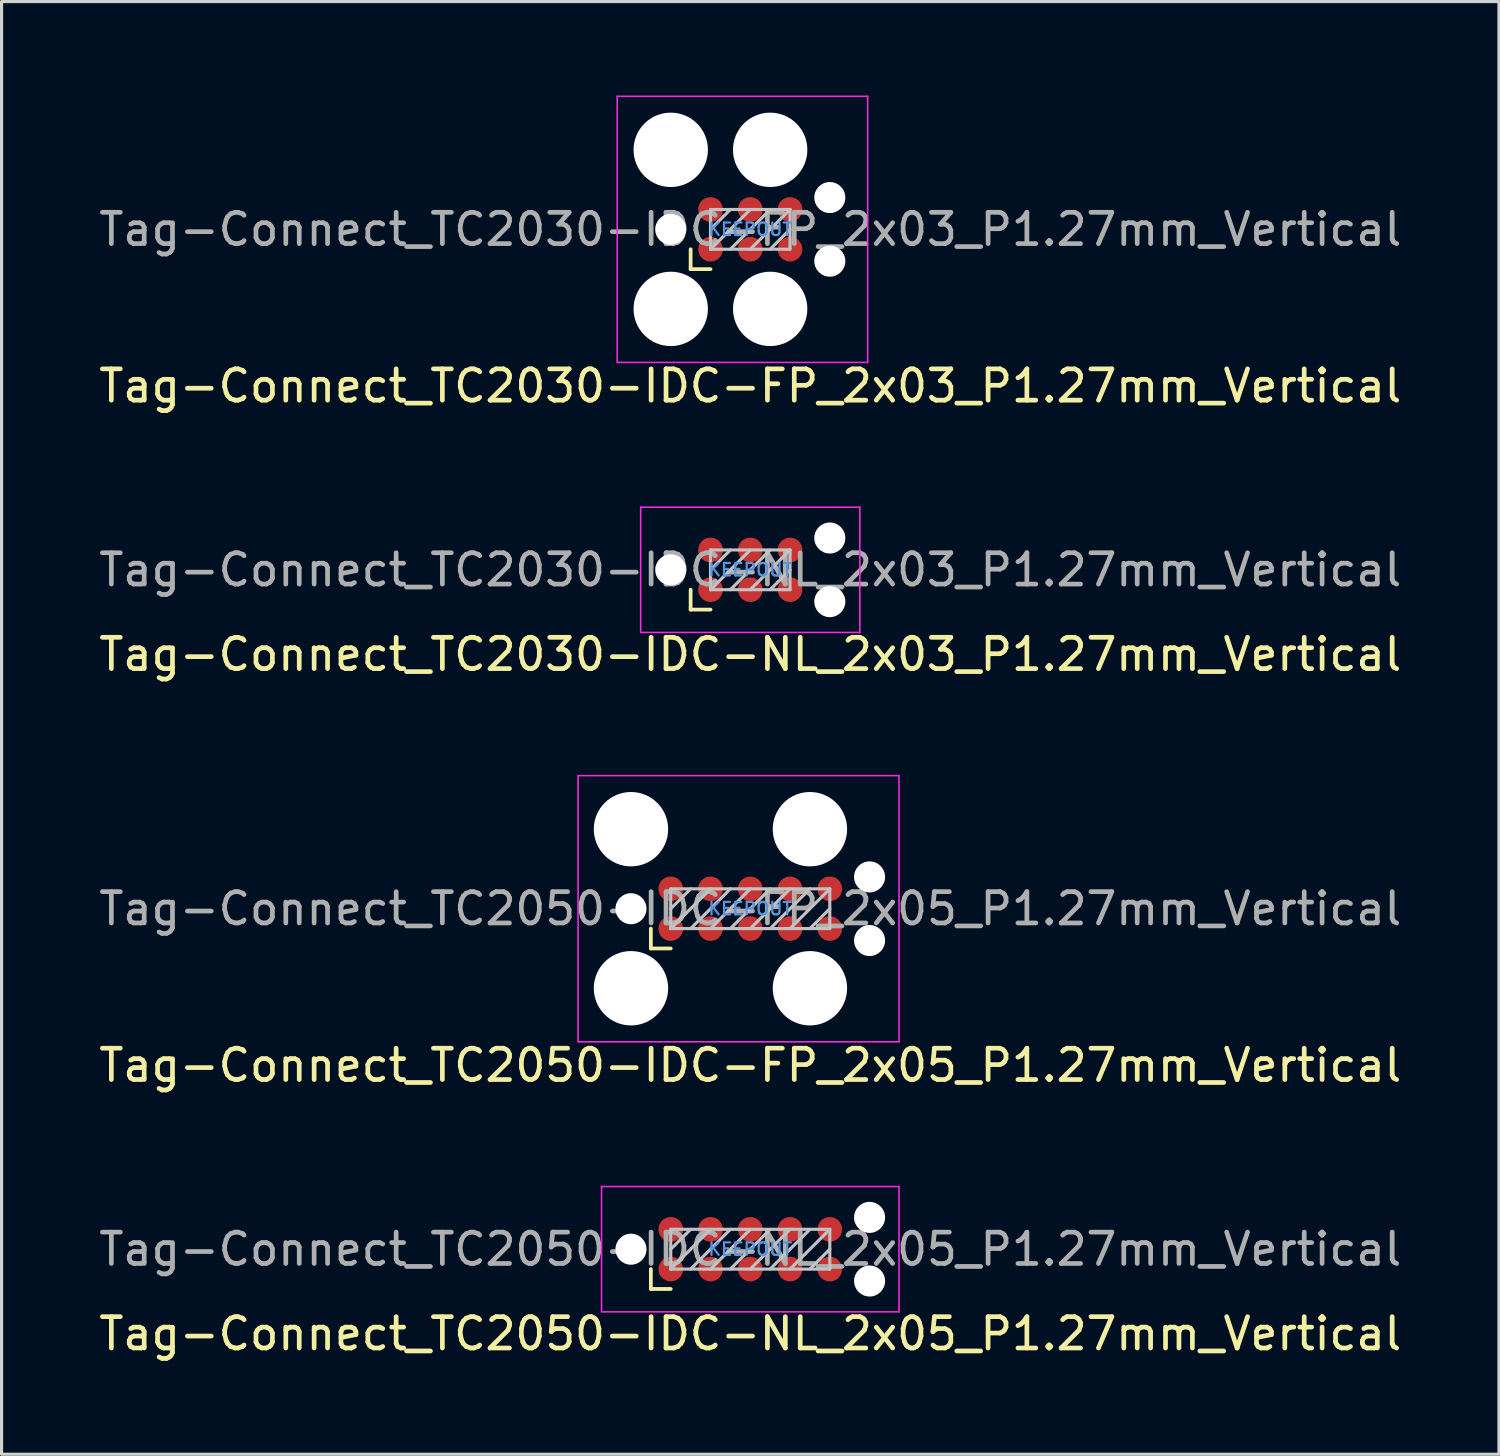
<source format=kicad_pcb>
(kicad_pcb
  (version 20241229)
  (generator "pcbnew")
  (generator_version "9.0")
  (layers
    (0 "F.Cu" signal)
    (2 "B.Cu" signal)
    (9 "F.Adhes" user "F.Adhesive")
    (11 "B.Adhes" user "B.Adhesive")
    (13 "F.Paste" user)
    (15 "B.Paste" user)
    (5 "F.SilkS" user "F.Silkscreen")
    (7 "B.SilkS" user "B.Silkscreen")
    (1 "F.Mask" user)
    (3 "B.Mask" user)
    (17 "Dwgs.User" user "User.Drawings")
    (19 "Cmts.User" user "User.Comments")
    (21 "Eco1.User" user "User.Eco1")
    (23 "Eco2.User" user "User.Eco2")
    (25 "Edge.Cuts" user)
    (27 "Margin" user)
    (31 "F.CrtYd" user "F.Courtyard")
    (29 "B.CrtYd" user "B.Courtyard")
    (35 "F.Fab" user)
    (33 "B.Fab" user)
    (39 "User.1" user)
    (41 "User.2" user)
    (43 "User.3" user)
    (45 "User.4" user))
  (footprint "Tag-Connect_TC2030-IDC-FP_2x03_P1.27mm_Vertical"
    (layer "F.Cu")
    (at 20.911 4.275)
    (property "Reference" "Tag-Connect_TC2030-IDC-FP_2x03_P1.27mm_Vertical" (at 0 5 0) (layer "F.SilkS") (effects (font (size 1 1) (thickness 0.15))))
    (attr exclude_from_pos_files exclude_from_bom)
    (fp_line (start -1.905 1.27) (end -1.905 0.635) (stroke (width 0.12) (type solid)) (layer "F.SilkS"))
    (fp_line (start -1.27 1.27) (end -1.905 1.27) (stroke (width 0.12) (type solid)) (layer "F.SilkS"))
    (fp_line (start -1.27 -0.635) (end 1.27 -0.635) (stroke (width 0.1) (type solid)) (layer "Dwgs.User"))
    (fp_line (start -1.27 0) (end -0.635 -0.635) (stroke (width 0.1) (type solid)) (layer "Dwgs.User"))
    (fp_line (start -1.27 0.635) (end -1.27 -0.635) (stroke (width 0.1) (type solid)) (layer "Dwgs.User"))
    (fp_line (start -1.27 0.635) (end 0 -0.635) (stroke (width 0.1) (type solid)) (layer "Dwgs.User"))
    (fp_line (start -0.635 0.635) (end 0.635 -0.635) (stroke (width 0.1) (type solid)) (layer "Dwgs.User"))
    (fp_line (start 0 0.635) (end 1.27 -0.635) (stroke (width 0.1) (type solid)) (layer "Dwgs.User"))
    (fp_line (start 0.635 0.635) (end 1.27 0) (stroke (width 0.1) (type solid)) (layer "Dwgs.User"))
    (fp_line (start 1.27 -0.635) (end 1.27 0.635) (stroke (width 0.1) (type solid)) (layer "Dwgs.User"))
    (fp_line (start 1.27 0.635) (end -1.27 0.635) (stroke (width 0.1) (type solid)) (layer "Dwgs.User"))
    (fp_line (start -4.25 -4.25) (end 3.75 -4.25) (stroke (width 0.05) (type solid)) (layer "F.CrtYd"))
    (fp_line (start -4.25 4.25) (end -4.25 -4.25) (stroke (width 0.05) (type solid)) (layer "F.CrtYd"))
    (fp_line (start 3.75 -4.25) (end 3.75 4.25) (stroke (width 0.05) (type solid)) (layer "F.CrtYd"))
    (fp_line (start 3.75 4.25) (end -4.25 4.25) (stroke (width 0.05) (type solid)) (layer "F.CrtYd"))
    (fp_text user "KEEPOUT" (at 0 0 0) (layer "Cmts.User") (effects (font (size 0.4 0.4) (thickness 0.07))))
    (fp_text user "${REFERENCE}" (at 0 0 0) (layer "F.Fab") (effects (font (size 1 1) (thickness 0.15))))
    (pad "" np_thru_hole circle (at -2.54 -2.54) (size 2.375 2.375) (drill 2.375) (layers "*.Cu" "*.Mask"))
    (pad "" np_thru_hole circle (at -2.54 0) (size 0.991 0.991) (drill 0.991) (layers "*.Cu" "*.Mask"))
    (pad "" np_thru_hole circle (at -2.54 2.54) (size 2.375 2.375) (drill 2.375) (layers "*.Cu" "*.Mask"))
    (pad "" np_thru_hole circle (at 0.635 -2.54) (size 2.375 2.375) (drill 2.375) (layers "*.Cu" "*.Mask"))
    (pad "" np_thru_hole circle (at 0.635 2.54) (size 2.375 2.375) (drill 2.375) (layers "*.Cu" "*.Mask"))
    (pad "" np_thru_hole circle (at 2.54 -1.016) (size 0.991 0.991) (drill 0.991) (layers "*.Cu" "*.Mask"))
    (pad "" np_thru_hole circle (at 2.54 1.016) (size 0.991 0.991) (drill 0.991) (layers "*.Cu" "*.Mask"))
    (pad "1" connect circle (at -1.27 0.635) (size 0.787 0.787) (layers "F.Cu" "F.Mask"))
    (pad "2" connect circle (at -1.27 -0.635) (size 0.787 0.787) (layers "F.Cu" "F.Mask"))
    (pad "3" connect circle (at 0 0.635) (size 0.787 0.787) (layers "F.Cu" "F.Mask"))
    (pad "4" connect circle (at 0 -0.635) (size 0.787 0.787) (layers "F.Cu" "F.Mask"))
    (pad "5" connect circle (at 1.27 0.635) (size 0.787 0.787) (layers "F.Cu" "F.Mask"))
    (pad "6" connect circle (at 1.27 -0.635) (size 0.787 0.787) (layers "F.Cu" "F.Mask")))
  (footprint "Tag-Connect_TC2050-IDC-NL_2x05_P1.27mm_Vertical"
    (layer "F.Cu")
    (at 20.911 36.845)
    (property "Reference" "Tag-Connect_TC2050-IDC-NL_2x05_P1.27mm_Vertical" (at 0 2.7 0) (layer "F.SilkS") (effects (font (size 1 1) (thickness 0.15))))
    (attr exclude_from_pos_files exclude_from_bom)
    (fp_line (start -3.175 1.27) (end -3.175 0.635) (stroke (width 0.12) (type solid)) (layer "F.SilkS"))
    (fp_line (start -2.54 1.27) (end -3.175 1.27) (stroke (width 0.12) (type solid)) (layer "F.SilkS"))
    (fp_line (start -2.54 -0.635) (end 2.54 -0.635) (stroke (width 0.1) (type solid)) (layer "Dwgs.User"))
    (fp_line (start -2.54 0) (end -1.905 -0.635) (stroke (width 0.1) (type solid)) (layer "Dwgs.User"))
    (fp_line (start -2.54 0.635) (end -2.54 -0.635) (stroke (width 0.1) (type solid)) (layer "Dwgs.User"))
    (fp_line (start -2.54 0.635) (end -1.27 -0.635) (stroke (width 0.1) (type solid)) (layer "Dwgs.User"))
    (fp_line (start -1.905 0.635) (end -0.635 -0.635) (stroke (width 0.1) (type solid)) (layer "Dwgs.User"))
    (fp_line (start -1.27 0.635) (end 0 -0.635) (stroke (width 0.1) (type solid)) (layer "Dwgs.User"))
    (fp_line (start -0.635 0.635) (end 0.635 -0.635) (stroke (width 0.1) (type solid)) (layer "Dwgs.User"))
    (fp_line (start 0 0.635) (end 1.27 -0.635) (stroke (width 0.1) (type solid)) (layer "Dwgs.User"))
    (fp_line (start 0.635 0.635) (end 1.905 -0.635) (stroke (width 0.1) (type solid)) (layer "Dwgs.User"))
    (fp_line (start 1.27 0.635) (end 2.54 -0.635) (stroke (width 0.1) (type solid)) (layer "Dwgs.User"))
    (fp_line (start 1.905 0.635) (end 2.54 0) (stroke (width 0.1) (type solid)) (layer "Dwgs.User"))
    (fp_line (start 2.54 -0.635) (end 2.54 0.635) (stroke (width 0.1) (type solid)) (layer "Dwgs.User"))
    (fp_line (start 2.54 0.635) (end -2.54 0.635) (stroke (width 0.1) (type solid)) (layer "Dwgs.User"))
    (fp_line (start -4.75 -2) (end 4.75 -2) (stroke (width 0.05) (type solid)) (layer "F.CrtYd"))
    (fp_line (start -4.75 2) (end -4.75 -2) (stroke (width 0.05) (type solid)) (layer "F.CrtYd"))
    (fp_line (start 4.75 -2) (end 4.75 2) (stroke (width 0.05) (type solid)) (layer "F.CrtYd"))
    (fp_line (start 4.75 2) (end -4.75 2) (stroke (width 0.05) (type solid)) (layer "F.CrtYd"))
    (fp_text user "KEEPOUT" (at 0 0 0) (layer "Cmts.User") (effects (font (size 0.4 0.4) (thickness 0.07))))
    (fp_text user "${REFERENCE}" (at 0 0 0) (layer "F.Fab") (effects (font (size 1 1) (thickness 0.15))))
    (pad "" np_thru_hole circle (at -3.81 0) (size 0.991 0.991) (drill 0.991) (layers "*.Cu" "*.Mask"))
    (pad "" np_thru_hole circle (at 3.81 -1.016) (size 0.991 0.991) (drill 0.991) (layers "*.Cu" "*.Mask"))
    (pad "" np_thru_hole circle (at 3.81 1.016) (size 0.991 0.991) (drill 0.991) (layers "*.Cu" "*.Mask"))
    (pad "1" connect circle (at -2.54 0.635) (size 0.787 0.787) (layers "F.Cu" "F.Mask"))
    (pad "2" connect circle (at -1.27 0.635) (size 0.787 0.787) (layers "F.Cu" "F.Mask"))
    (pad "3" connect circle (at 0 0.635) (size 0.787 0.787) (layers "F.Cu" "F.Mask"))
    (pad "4" connect circle (at 1.27 0.635) (size 0.787 0.787) (layers "F.Cu" "F.Mask"))
    (pad "5" connect circle (at 2.54 0.635) (size 0.787 0.787) (layers "F.Cu" "F.Mask"))
    (pad "6" connect circle (at 2.54 -0.635) (size 0.787 0.787) (layers "F.Cu" "F.Mask"))
    (pad "7" connect circle (at 1.27 -0.635) (size 0.787 0.787) (layers "F.Cu" "F.Mask"))
    (pad "8" connect circle (at 0 -0.635) (size 0.787 0.787) (layers "F.Cu" "F.Mask"))
    (pad "9" connect circle (at -1.27 -0.635) (size 0.787 0.787) (layers "F.Cu" "F.Mask"))
    (pad "10" connect circle (at -2.54 -0.635) (size 0.787 0.787) (layers "F.Cu" "F.Mask")))
  (footprint "Tag-Connect_TC2030-IDC-NL_2x03_P1.27mm_Vertical"
    (layer "F.Cu")
    (at 20.911 15.148)
    (property "Reference" "Tag-Connect_TC2030-IDC-NL_2x03_P1.27mm_Vertical" (at 0 2.7 0) (layer "F.SilkS") (effects (font (size 1 1) (thickness 0.15))))
    (attr exclude_from_pos_files exclude_from_bom)
    (fp_line (start -1.905 1.27) (end -1.905 0.635) (stroke (width 0.12) (type solid)) (layer "F.SilkS"))
    (fp_line (start -1.27 1.27) (end -1.905 1.27) (stroke (width 0.12) (type solid)) (layer "F.SilkS"))
    (fp_line (start -1.27 -0.635) (end 1.27 -0.635) (stroke (width 0.1) (type solid)) (layer "Dwgs.User"))
    (fp_line (start -1.27 0) (end -0.635 -0.635) (stroke (width 0.1) (type solid)) (layer "Dwgs.User"))
    (fp_line (start -1.27 0.635) (end -1.27 -0.635) (stroke (width 0.1) (type solid)) (layer "Dwgs.User"))
    (fp_line (start -1.27 0.635) (end 0 -0.635) (stroke (width 0.1) (type solid)) (layer "Dwgs.User"))
    (fp_line (start -0.635 0.635) (end 0.635 -0.635) (stroke (width 0.1) (type solid)) (layer "Dwgs.User"))
    (fp_line (start 0 0.635) (end 1.27 -0.635) (stroke (width 0.1) (type solid)) (layer "Dwgs.User"))
    (fp_line (start 0.635 0.635) (end 1.27 0) (stroke (width 0.1) (type solid)) (layer "Dwgs.User"))
    (fp_line (start 1.27 -0.635) (end 1.27 0.635) (stroke (width 0.1) (type solid)) (layer "Dwgs.User"))
    (fp_line (start 1.27 0.635) (end -1.27 0.635) (stroke (width 0.1) (type solid)) (layer "Dwgs.User"))
    (fp_line (start -3.5 -2) (end 3.5 -2) (stroke (width 0.05) (type solid)) (layer "F.CrtYd"))
    (fp_line (start -3.5 2) (end -3.5 -2) (stroke (width 0.05) (type solid)) (layer "F.CrtYd"))
    (fp_line (start 3.5 -2) (end 3.5 2) (stroke (width 0.05) (type solid)) (layer "F.CrtYd"))
    (fp_line (start 3.5 2) (end -3.5 2) (stroke (width 0.05) (type solid)) (layer "F.CrtYd"))
    (fp_text user "KEEPOUT" (at 0 0 0) (layer "Cmts.User") (effects (font (size 0.4 0.4) (thickness 0.07))))
    (fp_text user "${REFERENCE}" (at 0 0 0) (layer "F.Fab") (effects (font (size 1 1) (thickness 0.15))))
    (pad "" np_thru_hole circle (at -2.54 0) (size 0.991 0.991) (drill 0.991) (layers "*.Cu" "*.Mask"))
    (pad "" np_thru_hole circle (at 2.54 -1.016) (size 0.991 0.991) (drill 0.991) (layers "*.Cu" "*.Mask"))
    (pad "" np_thru_hole circle (at 2.54 1.016) (size 0.991 0.991) (drill 0.991) (layers "*.Cu" "*.Mask"))
    (pad "1" connect circle (at -1.27 0.635) (size 0.787 0.787) (layers "F.Cu" "F.Mask"))
    (pad "2" connect circle (at -1.27 -0.635) (size 0.787 0.787) (layers "F.Cu" "F.Mask"))
    (pad "3" connect circle (at 0 0.635) (size 0.787 0.787) (layers "F.Cu" "F.Mask"))
    (pad "4" connect circle (at 0 -0.635) (size 0.787 0.787) (layers "F.Cu" "F.Mask"))
    (pad "5" connect circle (at 1.27 0.635) (size 0.787 0.787) (layers "F.Cu" "F.Mask"))
    (pad "6" connect circle (at 1.27 -0.635) (size 0.787 0.787) (layers "F.Cu" "F.Mask")))
  (footprint "Tag-Connect_TC2050-IDC-FP_2x05_P1.27mm_Vertical"
    (layer "F.Cu")
    (at 20.911 25.971)
    (property "Reference" "Tag-Connect_TC2050-IDC-FP_2x05_P1.27mm_Vertical" (at 0 5 0) (layer "F.SilkS") (effects (font (size 1 1) (thickness 0.15))))
    (attr exclude_from_pos_files exclude_from_bom)
    (fp_line (start -3.175 1.27) (end -3.175 0.635) (stroke (width 0.12) (type solid)) (layer "F.SilkS"))
    (fp_line (start -2.54 1.27) (end -3.175 1.27) (stroke (width 0.12) (type solid)) (layer "F.SilkS"))
    (fp_line (start -2.54 -0.635) (end 2.54 -0.635) (stroke (width 0.1) (type solid)) (layer "Dwgs.User"))
    (fp_line (start -2.54 0) (end -1.905 -0.635) (stroke (width 0.1) (type solid)) (layer "Dwgs.User"))
    (fp_line (start -2.54 0.635) (end -2.54 -0.635) (stroke (width 0.1) (type solid)) (layer "Dwgs.User"))
    (fp_line (start -2.54 0.635) (end -1.27 -0.635) (stroke (width 0.1) (type solid)) (layer "Dwgs.User"))
    (fp_line (start -1.905 0.635) (end -0.635 -0.635) (stroke (width 0.1) (type solid)) (layer "Dwgs.User"))
    (fp_line (start -1.27 0.635) (end 0 -0.635) (stroke (width 0.1) (type solid)) (layer "Dwgs.User"))
    (fp_line (start -0.635 0.635) (end 0.635 -0.635) (stroke (width 0.1) (type solid)) (layer "Dwgs.User"))
    (fp_line (start 0 0.635) (end 1.27 -0.635) (stroke (width 0.1) (type solid)) (layer "Dwgs.User"))
    (fp_line (start 0.635 0.635) (end 1.905 -0.635) (stroke (width 0.1) (type solid)) (layer "Dwgs.User"))
    (fp_line (start 1.27 0.635) (end 2.54 -0.635) (stroke (width 0.1) (type solid)) (layer "Dwgs.User"))
    (fp_line (start 1.905 0.635) (end 2.54 0) (stroke (width 0.1) (type solid)) (layer "Dwgs.User"))
    (fp_line (start 2.54 -0.635) (end 2.54 0.635) (stroke (width 0.1) (type solid)) (layer "Dwgs.User"))
    (fp_line (start 2.54 0.635) (end -2.54 0.635) (stroke (width 0.1) (type solid)) (layer "Dwgs.User"))
    (fp_line (start -5.5 -4.25) (end 4.75 -4.25) (stroke (width 0.05) (type solid)) (layer "F.CrtYd"))
    (fp_line (start -5.5 4.25) (end -5.5 -4.25) (stroke (width 0.05) (type solid)) (layer "F.CrtYd"))
    (fp_line (start 4.75 -4.25) (end 4.75 4.25) (stroke (width 0.05) (type solid)) (layer "F.CrtYd"))
    (fp_line (start 4.75 4.25) (end -5.5 4.25) (stroke (width 0.05) (type solid)) (layer "F.CrtYd"))
    (fp_text user "KEEPOUT" (at 0 0 0) (layer "Cmts.User") (effects (font (size 0.4 0.4) (thickness 0.07))))
    (fp_text user "${REFERENCE}" (at 0 0 0) (layer "F.Fab") (effects (font (size 1 1) (thickness 0.15))))
    (pad "" np_thru_hole circle (at -3.81 -2.54) (size 2.375 2.375) (drill 2.375) (layers "*.Cu" "*.Mask"))
    (pad "" np_thru_hole circle (at -3.81 0) (size 0.991 0.991) (drill 0.991) (layers "*.Cu" "*.Mask"))
    (pad "" np_thru_hole circle (at -3.81 2.54) (size 2.375 2.375) (drill 2.375) (layers "*.Cu" "*.Mask"))
    (pad "" np_thru_hole circle (at 1.905 -2.54) (size 2.375 2.375) (drill 2.375) (layers "*.Cu" "*.Mask"))
    (pad "" np_thru_hole circle (at 1.905 2.54) (size 2.375 2.375) (drill 2.375) (layers "*.Cu" "*.Mask"))
    (pad "" np_thru_hole circle (at 3.81 -1.016) (size 0.991 0.991) (drill 0.991) (layers "*.Cu" "*.Mask"))
    (pad "" np_thru_hole circle (at 3.81 1.016) (size 0.991 0.991) (drill 0.991) (layers "*.Cu" "*.Mask"))
    (pad "1" connect circle (at -2.54 0.635) (size 0.787 0.787) (layers "F.Cu" "F.Mask"))
    (pad "2" connect circle (at -1.27 0.635) (size 0.787 0.787) (layers "F.Cu" "F.Mask"))
    (pad "3" connect circle (at 0 0.635) (size 0.787 0.787) (layers "F.Cu" "F.Mask"))
    (pad "4" connect circle (at 1.27 0.635) (size 0.787 0.787) (layers "F.Cu" "F.Mask"))
    (pad "5" connect circle (at 2.54 0.635) (size 0.787 0.787) (layers "F.Cu" "F.Mask"))
    (pad "6" connect circle (at 2.54 -0.635) (size 0.787 0.787) (layers "F.Cu" "F.Mask"))
    (pad "7" connect circle (at 1.27 -0.635) (size 0.787 0.787) (layers "F.Cu" "F.Mask"))
    (pad "8" connect circle (at 0 -0.635) (size 0.787 0.787) (layers "F.Cu" "F.Mask"))
    (pad "9" connect circle (at -1.27 -0.635) (size 0.787 0.787) (layers "F.Cu" "F.Mask"))
    (pad "10" connect circle (at -2.54 -0.635) (size 0.787 0.787) (layers "F.Cu" "F.Mask")))
  (gr_rect
    (start -3 -3)
    (end 44.821 43.393)
    (stroke (width 0.1) (type default))
    (fill no)
    (layer "Edge.Cuts")))
</source>
